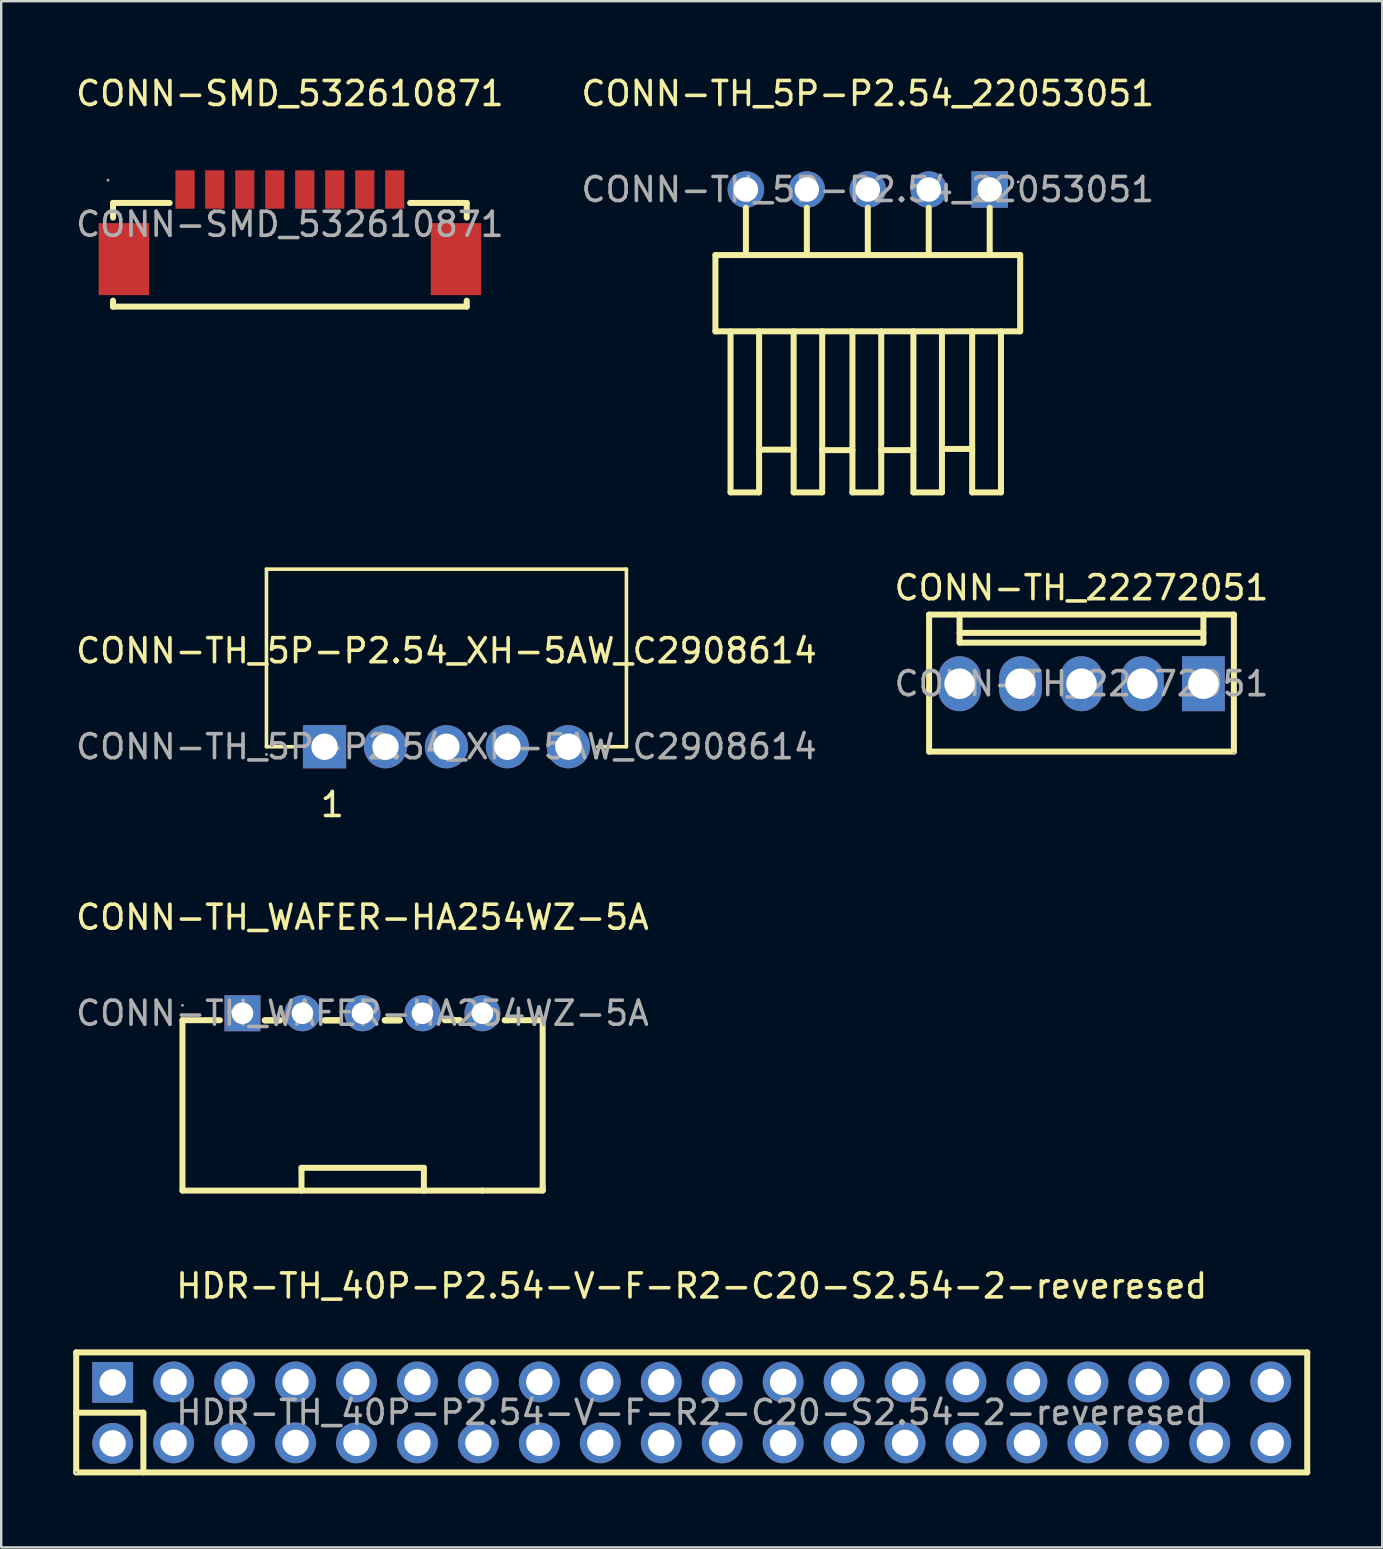
<source format=kicad_pcb>
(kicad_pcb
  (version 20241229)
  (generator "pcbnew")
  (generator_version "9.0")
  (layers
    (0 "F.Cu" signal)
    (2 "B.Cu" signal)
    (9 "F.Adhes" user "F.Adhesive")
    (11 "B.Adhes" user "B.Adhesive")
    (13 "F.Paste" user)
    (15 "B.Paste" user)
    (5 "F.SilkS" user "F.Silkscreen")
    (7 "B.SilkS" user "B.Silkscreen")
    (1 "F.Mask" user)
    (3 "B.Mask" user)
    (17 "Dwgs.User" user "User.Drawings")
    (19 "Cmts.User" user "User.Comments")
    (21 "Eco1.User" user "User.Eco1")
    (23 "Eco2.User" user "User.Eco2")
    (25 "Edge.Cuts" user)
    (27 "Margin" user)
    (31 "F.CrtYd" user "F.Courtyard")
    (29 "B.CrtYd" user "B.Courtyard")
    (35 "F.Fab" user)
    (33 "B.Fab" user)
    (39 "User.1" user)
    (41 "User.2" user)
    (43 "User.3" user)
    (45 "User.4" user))
  (footprint "CONN-TH_5P-P2.54_22053051"
    (layer "F.Cu")
    (at 33.113 4.848)
    (property "Reference" "CONN-TH_5P-P2.54_22053051" (at 0 -4 0) (layer "F.SilkS") (effects (font (size 1 1) (thickness 0.15))))
    (attr through_hole)
    (fp_line (start -6.35 2.73) (end -6.35 5.91) (stroke (width 0.25) (type solid)) (layer "F.SilkS"))
    (fp_line (start -6.35 2.73) (end 6.35 2.73) (stroke (width 0.25) (type solid)) (layer "F.SilkS"))
    (fp_line (start -6.35 5.91) (end 6.35 5.91) (stroke (width 0.25) (type solid)) (layer "F.SilkS"))
    (fp_line (start -5.72 5.91) (end -5.72 12.62) (stroke (width 0.25) (type solid)) (layer "F.SilkS"))
    (fp_line (start -5.72 12.62) (end -4.53 12.62) (stroke (width 0.25) (type solid)) (layer "F.SilkS"))
    (fp_line (start -5.08 0.76) (end -5.08 2.73) (stroke (width 0.25) (type solid)) (layer "F.SilkS"))
    (fp_line (start -4.53 5.91) (end -4.53 12.62) (stroke (width 0.25) (type solid)) (layer "F.SilkS"))
    (fp_line (start -4.53 10.84) (end -3.09 10.84) (stroke (width 0.25) (type solid)) (layer "F.SilkS"))
    (fp_line (start -3.09 5.91) (end -3.09 12.62) (stroke (width 0.25) (type solid)) (layer "F.SilkS"))
    (fp_line (start -3.09 12.62) (end -1.9 12.62) (stroke (width 0.25) (type solid)) (layer "F.SilkS"))
    (fp_line (start -2.54 0.76) (end -2.54 2.73) (stroke (width 0.25) (type solid)) (layer "F.SilkS"))
    (fp_line (start -1.9 5.91) (end -1.9 12.62) (stroke (width 0.25) (type solid)) (layer "F.SilkS"))
    (fp_line (start -1.9 10.86) (end -0.64 10.86) (stroke (width 0.25) (type solid)) (layer "F.SilkS"))
    (fp_line (start -0.64 5.91) (end -0.64 12.62) (stroke (width 0.25) (type solid)) (layer "F.SilkS"))
    (fp_line (start -0.64 12.62) (end 0.56 12.62) (stroke (width 0.25) (type solid)) (layer "F.SilkS"))
    (fp_line (start 0 0.76) (end 0 2.73) (stroke (width 0.25) (type solid)) (layer "F.SilkS"))
    (fp_line (start 0.56 5.91) (end 0.56 12.62) (stroke (width 0.25) (type solid)) (layer "F.SilkS"))
    (fp_line (start 0.56 10.86) (end 1.9 10.86) (stroke (width 0.25) (type solid)) (layer "F.SilkS"))
    (fp_line (start 1.9 5.91) (end 1.9 12.62) (stroke (width 0.25) (type solid)) (layer "F.SilkS"))
    (fp_line (start 1.9 12.62) (end 3.09 12.62) (stroke (width 0.25) (type solid)) (layer "F.SilkS"))
    (fp_line (start 2.54 0.76) (end 2.54 2.73) (stroke (width 0.25) (type solid)) (layer "F.SilkS"))
    (fp_line (start 3.09 5.91) (end 3.09 12.62) (stroke (width 0.25) (type solid)) (layer "F.SilkS"))
    (fp_line (start 3.09 10.81) (end 4.35 10.81) (stroke (width 0.25) (type solid)) (layer "F.SilkS"))
    (fp_line (start 4.35 5.91) (end 4.35 12.62) (stroke (width 0.25) (type solid)) (layer "F.SilkS"))
    (fp_line (start 4.35 12.62) (end 5.55 12.62) (stroke (width 0.25) (type solid)) (layer "F.SilkS"))
    (fp_line (start 5.08 0.76) (end 5.08 2.73) (stroke (width 0.25) (type solid)) (layer "F.SilkS"))
    (fp_line (start 5.55 5.91) (end 5.55 12.62) (stroke (width 0.25) (type solid)) (layer "F.SilkS"))
    (fp_line (start 6.35 2.73) (end 6.35 5.91) (stroke (width 0.25) (type solid)) (layer "F.SilkS"))
    (fp_circle (center 6.27 -0.32) (end 6.3 -0.32) (stroke (width 0.06) (type solid)) (fill no) (layer "F.Fab"))
    (fp_text user "${REFERENCE}" (at 0 0 0) (layer "F.Fab") (effects (font (size 1 1) (thickness 0.15))))
    (pad "1" thru_hole rect (at 5.08 0 180) (size 1.52 1.52) (drill 1.02) (layers "*.Cu" "*.Mask"))
    (pad "2" thru_hole circle (at 2.54 0 180) (size 1.52 1.52) (drill 1.02) (layers "*.Cu" "*.Mask"))
    (pad "3" thru_hole circle (at 0 0 180) (size 1.52 1.52) (drill 1.02) (layers "*.Cu" "*.Mask"))
    (pad "4" thru_hole circle (at -2.54 0 180) (size 1.52 1.52) (drill 1.02) (layers "*.Cu" "*.Mask"))
    (pad "5" thru_hole circle (at -5.08 0 180) (size 1.52 1.52) (drill 1.02) (layers "*.Cu" "*.Mask")))
  (footprint "CONN-SMD_532610871"
    (layer "F.Cu")
    (at 9.03 6.298)
    (property "Reference" "CONN-SMD_532610871" (at 0 -5.45 0) (layer "F.SilkS") (effects (font (size 1 1) (thickness 0.15))))
    (attr smd)
    (fp_line (start -7.37 -0.89) (end -7.37 -0.28) (stroke (width 0.25) (type solid)) (layer "F.SilkS"))
    (fp_line (start -7.37 3.18) (end -7.37 3.43) (stroke (width 0.25) (type solid)) (layer "F.SilkS"))
    (fp_line (start -7.37 3.43) (end 7.37 3.43) (stroke (width 0.25) (type solid)) (layer "F.SilkS"))
    (fp_line (start -5.01 -0.89) (end -7.37 -0.89) (stroke (width 0.25) (type solid)) (layer "F.SilkS"))
    (fp_line (start 7.37 -0.89) (end 5.01 -0.89) (stroke (width 0.25) (type solid)) (layer "F.SilkS"))
    (fp_line (start 7.37 -0.28) (end 7.37 -0.89) (stroke (width 0.25) (type solid)) (layer "F.SilkS"))
    (fp_line (start 7.37 3.43) (end 7.37 3.18) (stroke (width 0.25) (type solid)) (layer "F.SilkS"))
    (fp_circle (center -7.58 -1.84) (end -7.55 -1.84) (stroke (width 0.06) (type solid)) (fill no) (layer "F.Fab"))
    (fp_text user "${REFERENCE}" (at 0 0 0) (layer "F.Fab") (effects (font (size 1 1) (thickness 0.15))))
    (pad "0" smd rect (at -6.92 1.45) (size 2.1 3) (layers "F.Cu" "F.Mask" "F.Paste"))
    (pad "0" smd rect (at 6.92 1.45) (size 2.1 3) (layers "F.Cu" "F.Mask" "F.Paste"))
    (pad "1" smd rect (at -4.37 -1.45) (size 0.8 1.6) (layers "F.Cu" "F.Mask" "F.Paste"))
    (pad "2" smd rect (at -3.13 -1.45) (size 0.8 1.6) (layers "F.Cu" "F.Mask" "F.Paste"))
    (pad "3" smd rect (at -1.88 -1.45) (size 0.8 1.6) (layers "F.Cu" "F.Mask" "F.Paste"))
    (pad "4" smd rect (at -0.63 -1.45) (size 0.8 1.6) (layers "F.Cu" "F.Mask" "F.Paste"))
    (pad "5" smd rect (at 0.62 -1.45) (size 0.8 1.6) (layers "F.Cu" "F.Mask" "F.Paste"))
    (pad "6" smd rect (at 1.87 -1.45) (size 0.8 1.6) (layers "F.Cu" "F.Mask" "F.Paste"))
    (pad "7" smd rect (at 3.12 -1.45) (size 0.8 1.6) (layers "F.Cu" "F.Mask" "F.Paste"))
    (pad "8" smd rect (at 4.37 -1.45) (size 0.8 1.6) (layers "F.Cu" "F.Mask" "F.Paste")))
  (footprint "CONN-TH_22272051"
    (layer "F.Cu")
    (at 42.018 25.442)
    (property "Reference" "CONN-TH_22272051" (at 0 -4 0) (layer "F.SilkS") (effects (font (size 1 1) (thickness 0.15))))
    (attr through_hole)
    (fp_line (start -6.35 -2.88) (end -6.35 2.83) (stroke (width 0.25) (type solid)) (layer "F.SilkS"))
    (fp_line (start -6.35 -2.88) (end 6.35 -2.88) (stroke (width 0.25) (type solid)) (layer "F.SilkS"))
    (fp_line (start -6.35 2.83) (end 6.35 2.83) (stroke (width 0.25) (type solid)) (layer "F.SilkS"))
    (fp_line (start -5.08 -2.88) (end -5.08 -1.71) (stroke (width 0.25) (type solid)) (layer "F.SilkS"))
    (fp_line (start -5.08 -2.12) (end 5.08 -2.12) (stroke (width 0.25) (type solid)) (layer "F.SilkS"))
    (fp_line (start -5.08 -1.71) (end 5.08 -1.71) (stroke (width 0.25) (type solid)) (layer "F.SilkS"))
    (fp_line (start 5.08 -2.88) (end 5.08 -1.71) (stroke (width 0.25) (type solid)) (layer "F.SilkS"))
    (fp_line (start 6.35 -2.88) (end 6.35 2.83) (stroke (width 0.25) (type solid)) (layer "F.SilkS"))
    (fp_circle (center 6.35 2.9) (end 6.38 2.9) (stroke (width 0.06) (type solid)) (fill no) (layer "F.Fab"))
    (fp_text user "${REFERENCE}" (at 0 0 0) (layer "F.Fab") (effects (font (size 1 1) (thickness 0.15))))
    (pad "1" thru_hole rect (at 5.08 0) (size 1.78 2.29) (drill 1.27) (layers "*.Cu" "*.Mask"))
    (pad "2" thru_hole oval (at 2.54 0) (size 1.78 2.29) (drill 1.27) (layers "*.Cu" "*.Mask"))
    (pad "3" thru_hole oval (at 0 0) (size 1.78 2.29) (drill 1.27) (layers "*.Cu" "*.Mask"))
    (pad "4" thru_hole oval (at -2.54 0) (size 1.78 2.29) (drill 1.27) (layers "*.Cu" "*.Mask"))
    (pad "5" thru_hole oval (at -5.08 0) (size 1.78 2.29) (drill 1.27) (layers "*.Cu" "*.Mask")))
  (footprint "HDR-TH_40P-P2.54-V-F-R2-C20-S2.54-2-reveresed"
    (layer "F.Cu")
    (at 25.775 55.808)
    (property "Reference" "HDR-TH_40P-P2.54-V-F-R2-C20-S2.54-2-reveresed" (at 0 -5.27 180) (layer "F.SilkS") (effects (font (size 1 1) (thickness 0.15))))
    (attr through_hole)
    (fp_line (start -25.65 -2.5) (end -25.65 2.5) (stroke (width 0.25) (type solid)) (layer "F.SilkS"))
    (fp_line (start -25.65 0.01) (end -22.85 0.01) (stroke (width 0.25) (type solid)) (layer "F.SilkS"))
    (fp_line (start -25.65 2.5) (end 25.65 2.5) (stroke (width 0.25) (type solid)) (layer "F.SilkS"))
    (fp_line (start -22.85 0.01) (end -22.85 2.5) (stroke (width 0.25) (type solid)) (layer "F.SilkS"))
    (fp_line (start 25.65 -2.5) (end -25.65 -2.5) (stroke (width 0.25) (type solid)) (layer "F.SilkS"))
    (fp_line (start 25.65 2.5) (end 25.65 -2.5) (stroke (width 0.25) (type solid)) (layer "F.SilkS"))
    (fp_circle (center -25.65 2.5) (end -25.62 2.5) (stroke (width 0.06) (type solid)) (fill no) (layer "F.Fab"))
    (fp_text user "${REFERENCE}" (at 0 0 180) (layer "F.Fab") (effects (font (size 1 1) (thickness 0.15))))
    (pad "1" thru_hole rect (at -24.13 -1.25) (size 1.7 1.7) (drill 1.1) (layers "*.Cu" "*.Mask"))
    (pad "2" thru_hole circle (at -24.13 1.29) (size 1.7 1.7) (drill 1.1) (layers "*.Cu" "*.Mask"))
    (pad "3" thru_hole circle (at -21.59 -1.27) (size 1.7 1.7) (drill 1.1) (layers "*.Cu" "*.Mask"))
    (pad "4" thru_hole circle (at -21.59 1.27) (size 1.7 1.7) (drill 1.1) (layers "*.Cu" "*.Mask"))
    (pad "5" thru_hole circle (at -19.05 -1.27) (size 1.7 1.7) (drill 1.1) (layers "*.Cu" "*.Mask"))
    (pad "6" thru_hole circle (at -19.05 1.27) (size 1.7 1.7) (drill 1.1) (layers "*.Cu" "*.Mask"))
    (pad "7" thru_hole circle (at -16.51 -1.27) (size 1.7 1.7) (drill 1.1) (layers "*.Cu" "*.Mask"))
    (pad "8" thru_hole circle (at -16.51 1.27) (size 1.7 1.7) (drill 1.1) (layers "*.Cu" "*.Mask"))
    (pad "9" thru_hole circle (at -13.97 -1.27) (size 1.7 1.7) (drill 1.1) (layers "*.Cu" "*.Mask"))
    (pad "10" thru_hole circle (at -13.97 1.27) (size 1.7 1.7) (drill 1.1) (layers "*.Cu" "*.Mask"))
    (pad "11" thru_hole circle (at -11.43 -1.27) (size 1.7 1.7) (drill 1.1) (layers "*.Cu" "*.Mask"))
    (pad "12" thru_hole circle (at -11.43 1.27) (size 1.7 1.7) (drill 1.1) (layers "*.Cu" "*.Mask"))
    (pad "13" thru_hole circle (at -8.89 -1.27) (size 1.7 1.7) (drill 1.1) (layers "*.Cu" "*.Mask"))
    (pad "14" thru_hole circle (at -8.89 1.27) (size 1.7 1.7) (drill 1.1) (layers "*.Cu" "*.Mask"))
    (pad "15" thru_hole circle (at -6.35 -1.27) (size 1.7 1.7) (drill 1.1) (layers "*.Cu" "*.Mask"))
    (pad "16" thru_hole circle (at -6.35 1.27) (size 1.7 1.7) (drill 1.1) (layers "*.Cu" "*.Mask"))
    (pad "17" thru_hole circle (at -3.81 -1.27) (size 1.7 1.7) (drill 1.1) (layers "*.Cu" "*.Mask"))
    (pad "18" thru_hole circle (at -3.81 1.27) (size 1.7 1.7) (drill 1.1) (layers "*.Cu" "*.Mask"))
    (pad "19" thru_hole circle (at -1.27 -1.27) (size 1.7 1.7) (drill 1.1) (layers "*.Cu" "*.Mask"))
    (pad "20" thru_hole circle (at -1.27 1.27) (size 1.7 1.7) (drill 1.1) (layers "*.Cu" "*.Mask"))
    (pad "21" thru_hole circle (at 1.27 -1.27) (size 1.7 1.7) (drill 1.1) (layers "*.Cu" "*.Mask"))
    (pad "22" thru_hole circle (at 1.27 1.27) (size 1.7 1.7) (drill 1.1) (layers "*.Cu" "*.Mask"))
    (pad "23" thru_hole circle (at 3.81 -1.27) (size 1.7 1.7) (drill 1.1) (layers "*.Cu" "*.Mask"))
    (pad "24" thru_hole circle (at 3.81 1.27) (size 1.7 1.7) (drill 1.1) (layers "*.Cu" "*.Mask"))
    (pad "25" thru_hole circle (at 6.35 -1.27) (size 1.7 1.7) (drill 1.1) (layers "*.Cu" "*.Mask"))
    (pad "26" thru_hole circle (at 6.35 1.27) (size 1.7 1.7) (drill 1.1) (layers "*.Cu" "*.Mask"))
    (pad "27" thru_hole circle (at 8.89 -1.27) (size 1.7 1.7) (drill 1.1) (layers "*.Cu" "*.Mask"))
    (pad "28" thru_hole circle (at 8.89 1.27) (size 1.7 1.7) (drill 1.1) (layers "*.Cu" "*.Mask"))
    (pad "29" thru_hole circle (at 11.43 -1.27) (size 1.7 1.7) (drill 1.1) (layers "*.Cu" "*.Mask"))
    (pad "30" thru_hole circle (at 11.43 1.27) (size 1.7 1.7) (drill 1.1) (layers "*.Cu" "*.Mask"))
    (pad "31" thru_hole circle (at 13.97 -1.27) (size 1.7 1.7) (drill 1.1) (layers "*.Cu" "*.Mask"))
    (pad "32" thru_hole circle (at 13.97 1.27) (size 1.7 1.7) (drill 1.1) (layers "*.Cu" "*.Mask"))
    (pad "33" thru_hole circle (at 16.51 -1.27) (size 1.7 1.7) (drill 1.1) (layers "*.Cu" "*.Mask"))
    (pad "34" thru_hole circle (at 16.51 1.27) (size 1.7 1.7) (drill 1.1) (layers "*.Cu" "*.Mask"))
    (pad "35" thru_hole circle (at 19.05 -1.27) (size 1.7 1.7) (drill 1.1) (layers "*.Cu" "*.Mask"))
    (pad "36" thru_hole circle (at 19.05 1.27) (size 1.7 1.7) (drill 1.1) (layers "*.Cu" "*.Mask"))
    (pad "37" thru_hole circle (at 21.59 -1.27) (size 1.7 1.7) (drill 1.1) (layers "*.Cu" "*.Mask"))
    (pad "38" thru_hole circle (at 21.59 1.27) (size 1.7 1.7) (drill 1.1) (layers "*.Cu" "*.Mask"))
    (pad "39" thru_hole circle (at 24.13 -1.27) (size 1.7 1.7) (drill 1.1) (layers "*.Cu" "*.Mask"))
    (pad "40" thru_hole circle (at 24.13 1.27) (size 1.7 1.7) (drill 1.1) (layers "*.Cu" "*.Mask")))
  (footprint "CONN-TH_WAFER-HA254WZ-5A"
    (layer "F.Cu")
    (at 12.054 39.175)
    (property "Reference" "CONN-TH_WAFER-HA254WZ-5A" (at 0 -4 0) (layer "F.SilkS") (effects (font (size 1 1) (thickness 0.15))))
    (attr through_hole)
    (fp_line (start -7.5 0.29) (end -5.94 0.29) (stroke (width 0.25) (type solid)) (layer "F.SilkS"))
    (fp_line (start -7.5 7.39) (end -7.5 0.29) (stroke (width 0.25) (type solid)) (layer "F.SilkS"))
    (fp_line (start -4.07 0.29) (end -3.44 0.29) (stroke (width 0.25) (type solid)) (layer "F.SilkS"))
    (fp_line (start -3.44 0.3) (end -4.07 0.3) (stroke (width 0.25) (type solid)) (layer "F.SilkS"))
    (fp_line (start -2.54 6.44) (end 2.56 6.44) (stroke (width 0.25) (type solid)) (layer "F.SilkS"))
    (fp_line (start -2.54 7.39) (end -2.54 6.44) (stroke (width 0.25) (type solid)) (layer "F.SilkS"))
    (fp_line (start -1.57 0.29) (end -0.94 0.29) (stroke (width 0.25) (type solid)) (layer "F.SilkS"))
    (fp_line (start -0.94 0.3) (end -1.57 0.3) (stroke (width 0.25) (type solid)) (layer "F.SilkS"))
    (fp_line (start 0.93 0.29) (end 1.56 0.29) (stroke (width 0.25) (type solid)) (layer "F.SilkS"))
    (fp_line (start 1.56 0.3) (end 0.93 0.3) (stroke (width 0.25) (type solid)) (layer "F.SilkS"))
    (fp_line (start 2.56 6.44) (end 2.56 7.39) (stroke (width 0.25) (type solid)) (layer "F.SilkS"))
    (fp_line (start 3.43 0.29) (end 4.06 0.29) (stroke (width 0.25) (type solid)) (layer "F.SilkS"))
    (fp_line (start 3.81 0.29) (end 4.06 0.29) (stroke (width 0.25) (type solid)) (layer "F.SilkS"))
    (fp_line (start 5 7.39) (end -7.5 7.39) (stroke (width 0.25) (type solid)) (layer "F.SilkS"))
    (fp_line (start 5 7.39) (end 7.51 7.39) (stroke (width 0.25) (type solid)) (layer "F.SilkS"))
    (fp_line (start 5.93 0.29) (end 6.07 0.29) (stroke (width 0.25) (type solid)) (layer "F.SilkS"))
    (fp_line (start 5.93 0.29) (end 7.51 0.29) (stroke (width 0.25) (type solid)) (layer "F.SilkS"))
    (fp_line (start 7.51 0.29) (end 7.51 7.23) (stroke (width 0.25) (type solid)) (layer "F.SilkS"))
    (fp_line (start 7.51 7.36) (end 7.51 7.23) (stroke (width 0.25) (type solid)) (layer "F.SilkS"))
    (fp_line (start 7.51 7.39) (end 7.51 7.36) (stroke (width 0.25) (type solid)) (layer "F.SilkS"))
    (fp_circle (center -7.5 -0.33) (end -7.47 -0.33) (stroke (width 0.06) (type solid)) (fill no) (layer "F.Fab"))
    (fp_text user "${REFERENCE}" (at 0 0 0) (layer "F.Fab") (effects (font (size 1 1) (thickness 0.15))))
    (pad "1" thru_hole rect (at -5 0 180) (size 1.5 1.5) (drill 0.9) (layers "*.Cu" "*.Mask"))
    (pad "2" thru_hole circle (at -2.5 0 180) (size 1.5 1.5) (drill 0.9) (layers "*.Cu" "*.Mask"))
    (pad "3" thru_hole circle (at 0 0 180) (size 1.5 1.5) (drill 0.9) (layers "*.Cu" "*.Mask"))
    (pad "4" thru_hole circle (at 2.5 0 180) (size 1.5 1.5) (drill 0.9) (layers "*.Cu" "*.Mask"))
    (pad "5" thru_hole circle (at 5 0 180) (size 1.5 1.5) (drill 0.9) (layers "*.Cu" "*.Mask")))
  (footprint "CONN-TH_5P-P2.54_XH-5AW_C2908614"
    (layer "F.Cu")
    (at 15.554 28.068)
    (property "Reference" "CONN-TH_5P-P2.54_XH-5AW_C2908614" (at 0 -4 0) (layer "F.SilkS") (effects (font (size 1 1) (thickness 0.15))))
    (attr through_hole)
    (fp_line (start -7.5 -7.4) (end -7.5 0) (stroke (width 0.15) (type solid)) (layer "F.SilkS"))
    (fp_line (start -7.5 -7.4) (end 7.5 -7.4) (stroke (width 0.15) (type solid)) (layer "F.SilkS"))
    (fp_line (start -7.5 0) (end -6.3 0) (stroke (width 0.15) (type solid)) (layer "F.SilkS"))
    (fp_line (start 6.3 0) (end 7.5 0) (stroke (width 0.15) (type solid)) (layer "F.SilkS"))
    (fp_line (start 7.5 -7.4) (end 7.5 0) (stroke (width 0.15) (type solid)) (layer "F.SilkS"))
    (fp_circle (center -7.5 0.32) (end -7.47 0.32) (stroke (width 0.06) (type solid)) (fill no) (layer "F.Fab"))
    (fp_text user "1" (at -5.33 2.41 0) (layer "F.SilkS") (effects (font (size 1 1) (thickness 0.15)) (justify left)))
    (fp_text user "${REFERENCE}" (at 0 0 0) (layer "F.Fab") (effects (font (size 1 1) (thickness 0.15))))
    (pad "1" thru_hole rect (at -5.08 0) (size 1.8 1.8) (drill 1.1) (layers "*.Cu" "*.Mask"))
    (pad "2" thru_hole circle (at -2.54 0) (size 1.8 1.8) (drill 1.1) (layers "*.Cu" "*.Mask"))
    (pad "3" thru_hole circle (at 0 0) (size 1.8 1.8) (drill 1.1) (layers "*.Cu" "*.Mask"))
    (pad "4" thru_hole circle (at 2.54 0) (size 1.8 1.8) (drill 1.1) (layers "*.Cu" "*.Mask"))
    (pad "5" thru_hole circle (at 5.08 0) (size 1.8 1.8) (drill 1.1) (layers "*.Cu" "*.Mask")))
  (gr_rect
    (start -3 -3)
    (end 54.55 61.433)
    (stroke (width 0.1) (type default))
    (fill no)
    (layer "Edge.Cuts")))
</source>
